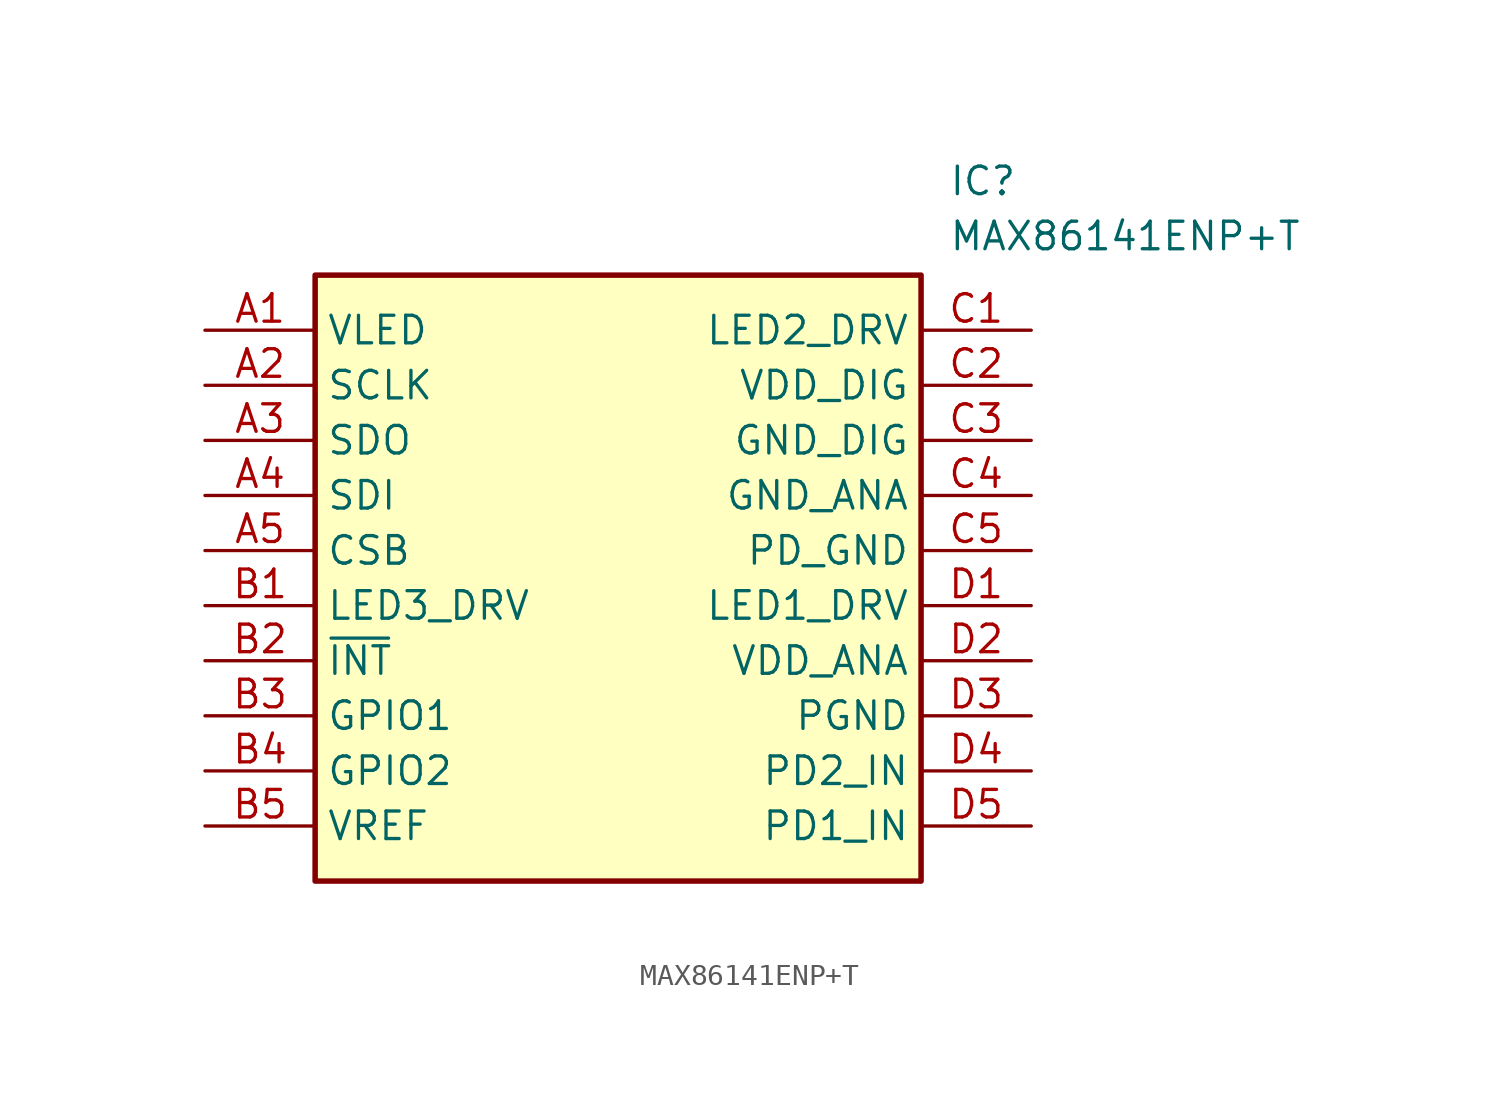
<source format=kicad_sym>
(kicad_symbol_lib
  (version 20211014)
  (generator SamacSys_ECAD_Model)
  (symbol "MAX86141ENP+T"
    (property "Reference" "IC"
      (at 34.29 7.62 0)
      (effects (font (size 1.27 1.27)) (justify left top)))
    (property "Value" "MAX86141ENP+T"
      (at 34.29 5.08 0)
      (effects (font (size 1.27 1.27)) (justify left top)))
    (rectangle
      (start 5.08 2.54)
      (end 33.02 -25.4)
      (stroke (width 0.254) (type default))
      (fill (type background)))
    (pin passive line
      (at 0 0 0)
      (length 5.08)
      (name "VLED" (effects (font (size 1.27 1.27))))
      (number "A1" (effects (font (size 1.27 1.27)))))
    (pin passive line
      (at 0 -2.54 0)
      (length 5.08)
      (name "SCLK" (effects (font (size 1.27 1.27))))
      (number "A2" (effects (font (size 1.27 1.27)))))
    (pin passive line
      (at 0 -5.08 0)
      (length 5.08)
      (name "SDO" (effects (font (size 1.27 1.27))))
      (number "A3" (effects (font (size 1.27 1.27)))))
    (pin passive line
      (at 0 -7.62 0)
      (length 5.08)
      (name "SDI" (effects (font (size 1.27 1.27))))
      (number "A4" (effects (font (size 1.27 1.27)))))
    (pin passive line
      (at 0 -10.16 0)
      (length 5.08)
      (name "CSB" (effects (font (size 1.27 1.27))))
      (number "A5" (effects (font (size 1.27 1.27)))))
    (pin passive line
      (at 0 -12.7 0)
      (length 5.08)
      (name "LED3_DRV" (effects (font (size 1.27 1.27))))
      (number "B1" (effects (font (size 1.27 1.27)))))
    (pin passive line
      (at 0 -15.24 0)
      (length 5.08)
      (name "~{INT}" (effects (font (size 1.27 1.27))))
      (number "B2" (effects (font (size 1.27 1.27)))))
    (pin passive line
      (at 0 -17.78 0)
      (length 5.08)
      (name "GPIO1" (effects (font (size 1.27 1.27))))
      (number "B3" (effects (font (size 1.27 1.27)))))
    (pin passive line
      (at 0 -20.32 0)
      (length 5.08)
      (name "GPIO2" (effects (font (size 1.27 1.27))))
      (number "B4" (effects (font (size 1.27 1.27)))))
    (pin passive line
      (at 0 -22.86 0)
      (length 5.08)
      (name "VREF" (effects (font (size 1.27 1.27))))
      (number "B5" (effects (font (size 1.27 1.27)))))
    (pin passive line
      (at 38.1 0 180)
      (length 5.08)
      (name "LED2_DRV" (effects (font (size 1.27 1.27))))
      (number "C1" (effects (font (size 1.27 1.27)))))
    (pin passive line
      (at 38.1 -2.54 180)
      (length 5.08)
      (name "VDD_DIG" (effects (font (size 1.27 1.27))))
      (number "C2" (effects (font (size 1.27 1.27)))))
    (pin passive line
      (at 38.1 -5.08 180)
      (length 5.08)
      (name "GND_DIG" (effects (font (size 1.27 1.27))))
      (number "C3" (effects (font (size 1.27 1.27)))))
    (pin passive line
      (at 38.1 -7.62 180)
      (length 5.08)
      (name "GND_ANA" (effects (font (size 1.27 1.27))))
      (number "C4" (effects (font (size 1.27 1.27)))))
    (pin passive line
      (at 38.1 -10.16 180)
      (length 5.08)
      (name "PD_GND" (effects (font (size 1.27 1.27))))
      (number "C5" (effects (font (size 1.27 1.27)))))
    (pin passive line
      (at 38.1 -12.7 180)
      (length 5.08)
      (name "LED1_DRV" (effects (font (size 1.27 1.27))))
      (number "D1" (effects (font (size 1.27 1.27)))))
    (pin passive line
      (at 38.1 -15.24 180)
      (length 5.08)
      (name "VDD_ANA" (effects (font (size 1.27 1.27))))
      (number "D2" (effects (font (size 1.27 1.27)))))
    (pin passive line
      (at 38.1 -17.78 180)
      (length 5.08)
      (name "PGND" (effects (font (size 1.27 1.27))))
      (number "D3" (effects (font (size 1.27 1.27)))))
    (pin passive line
      (at 38.1 -20.32 180)
      (length 5.08)
      (name "PD2_IN" (effects (font (size 1.27 1.27))))
      (number "D4" (effects (font (size 1.27 1.27)))))
    (pin passive line
      (at 38.1 -22.86 180)
      (length 5.08)
      (name "PD1_IN" (effects (font (size 1.27 1.27))))
      (number "D5" (effects (font (size 1.27 1.27)))))))
</source>
